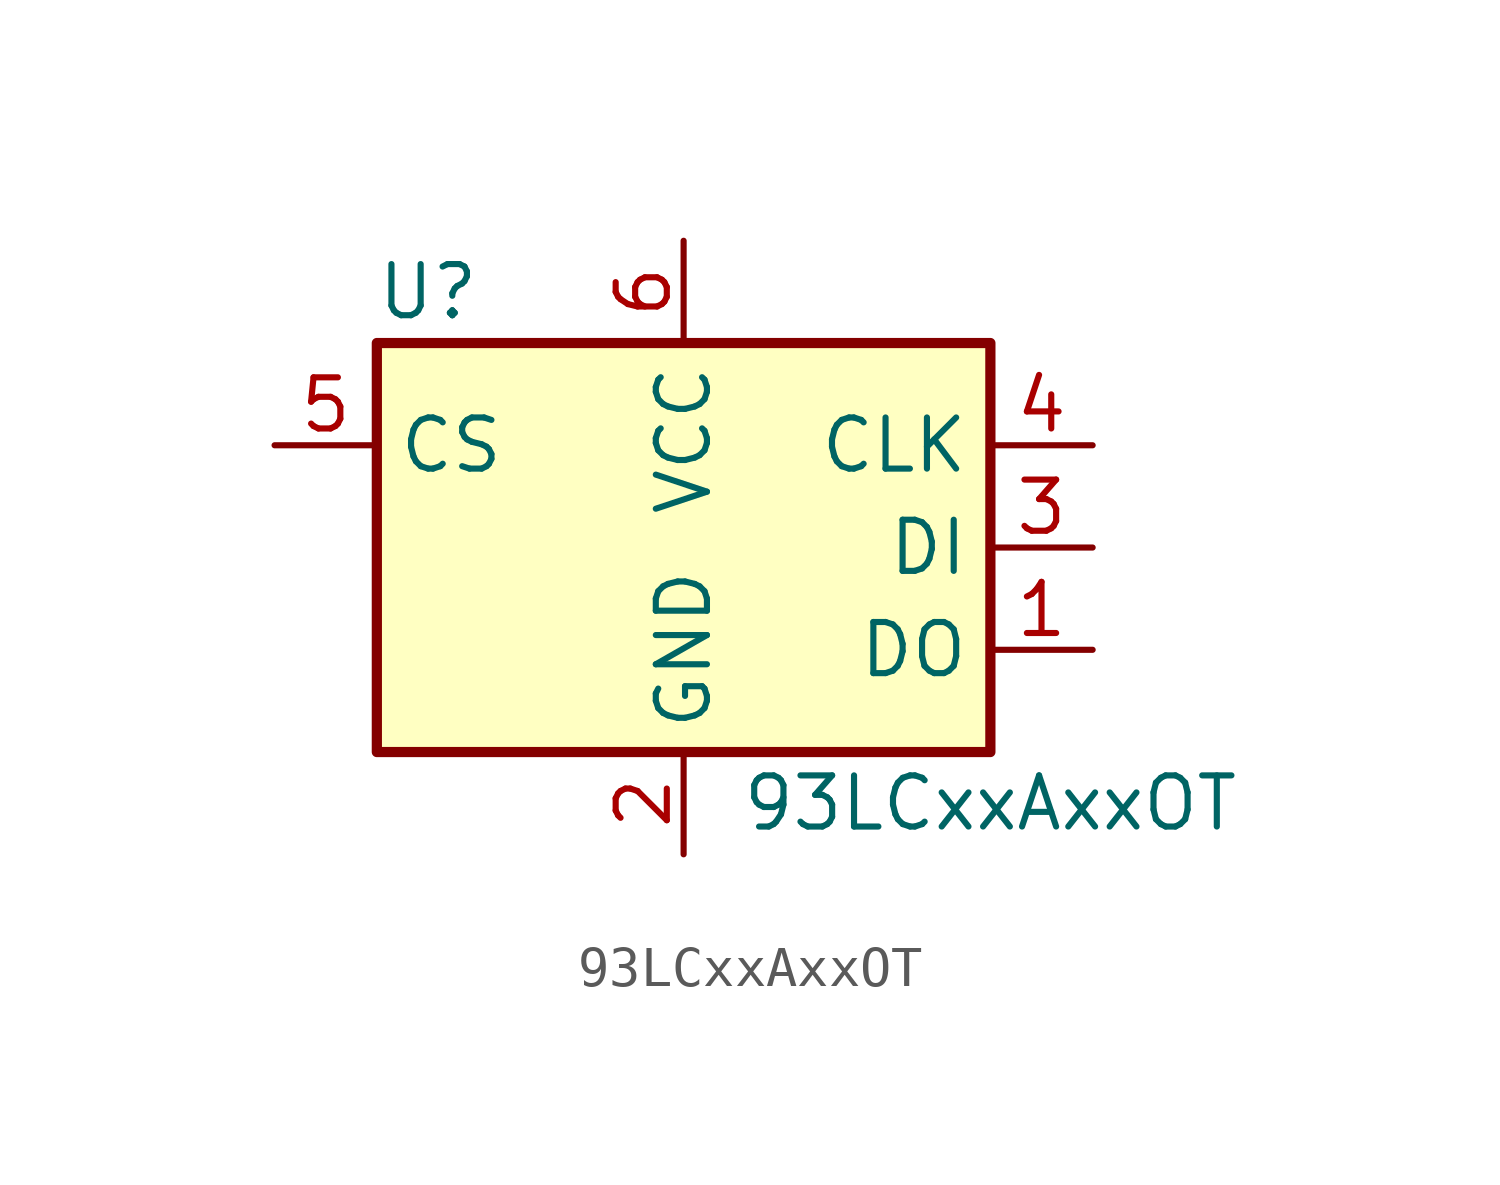
<source format=kicad_sym>
(kicad_symbol_lib
  (version 20201005)
  (generator kicad_symbol_editor)
  (symbol "93LCxxAxxOT"
    (property "Reference" "U"
      (at -6.35 6.35 0)
      (effects (font (size 1.27 1.27))))
    (property "Value" "93LCxxAxxOT"
      (at 7.62 -6.35 0)
      (effects (font (size 1.27 1.27))))
    (symbol "93LCxxAxxOT_0_1"
      (rectangle (start -7.62 5.08) (end 7.62 -5.08) (stroke (width 0.254)) (fill (type background))))
    (symbol "93LCxxAxxOT_1_1"
      (pin tri_state line (at 10.16 -2.54 180) (length 2.54) (name "DO" (effects (font (size 1.27 1.27)))) (number "1" (effects (font (size 1.27 1.27)))))
      (pin power_in line (at 0 -7.62 90) (length 2.54) (name "GND" (effects (font (size 1.27 1.27)))) (number "2" (effects (font (size 1.27 1.27)))))
      (pin input line (at 10.16 0 180) (length 2.54) (name "DI" (effects (font (size 1.27 1.27)))) (number "3" (effects (font (size 1.27 1.27)))))
      (pin input line (at 10.16 2.54 180) (length 2.54) (name "CLK" (effects (font (size 1.27 1.27)))) (number "4" (effects (font (size 1.27 1.27)))))
      (pin input line (at -10.16 2.54 0) (length 2.54) (name "CS" (effects (font (size 1.27 1.27)))) (number "5" (effects (font (size 1.27 1.27)))))
      (pin power_in line (at 0 7.62 270) (length 2.54) (name "VCC" (effects (font (size 1.27 1.27)))) (number "6" (effects (font (size 1.27 1.27))))))))
</source>
